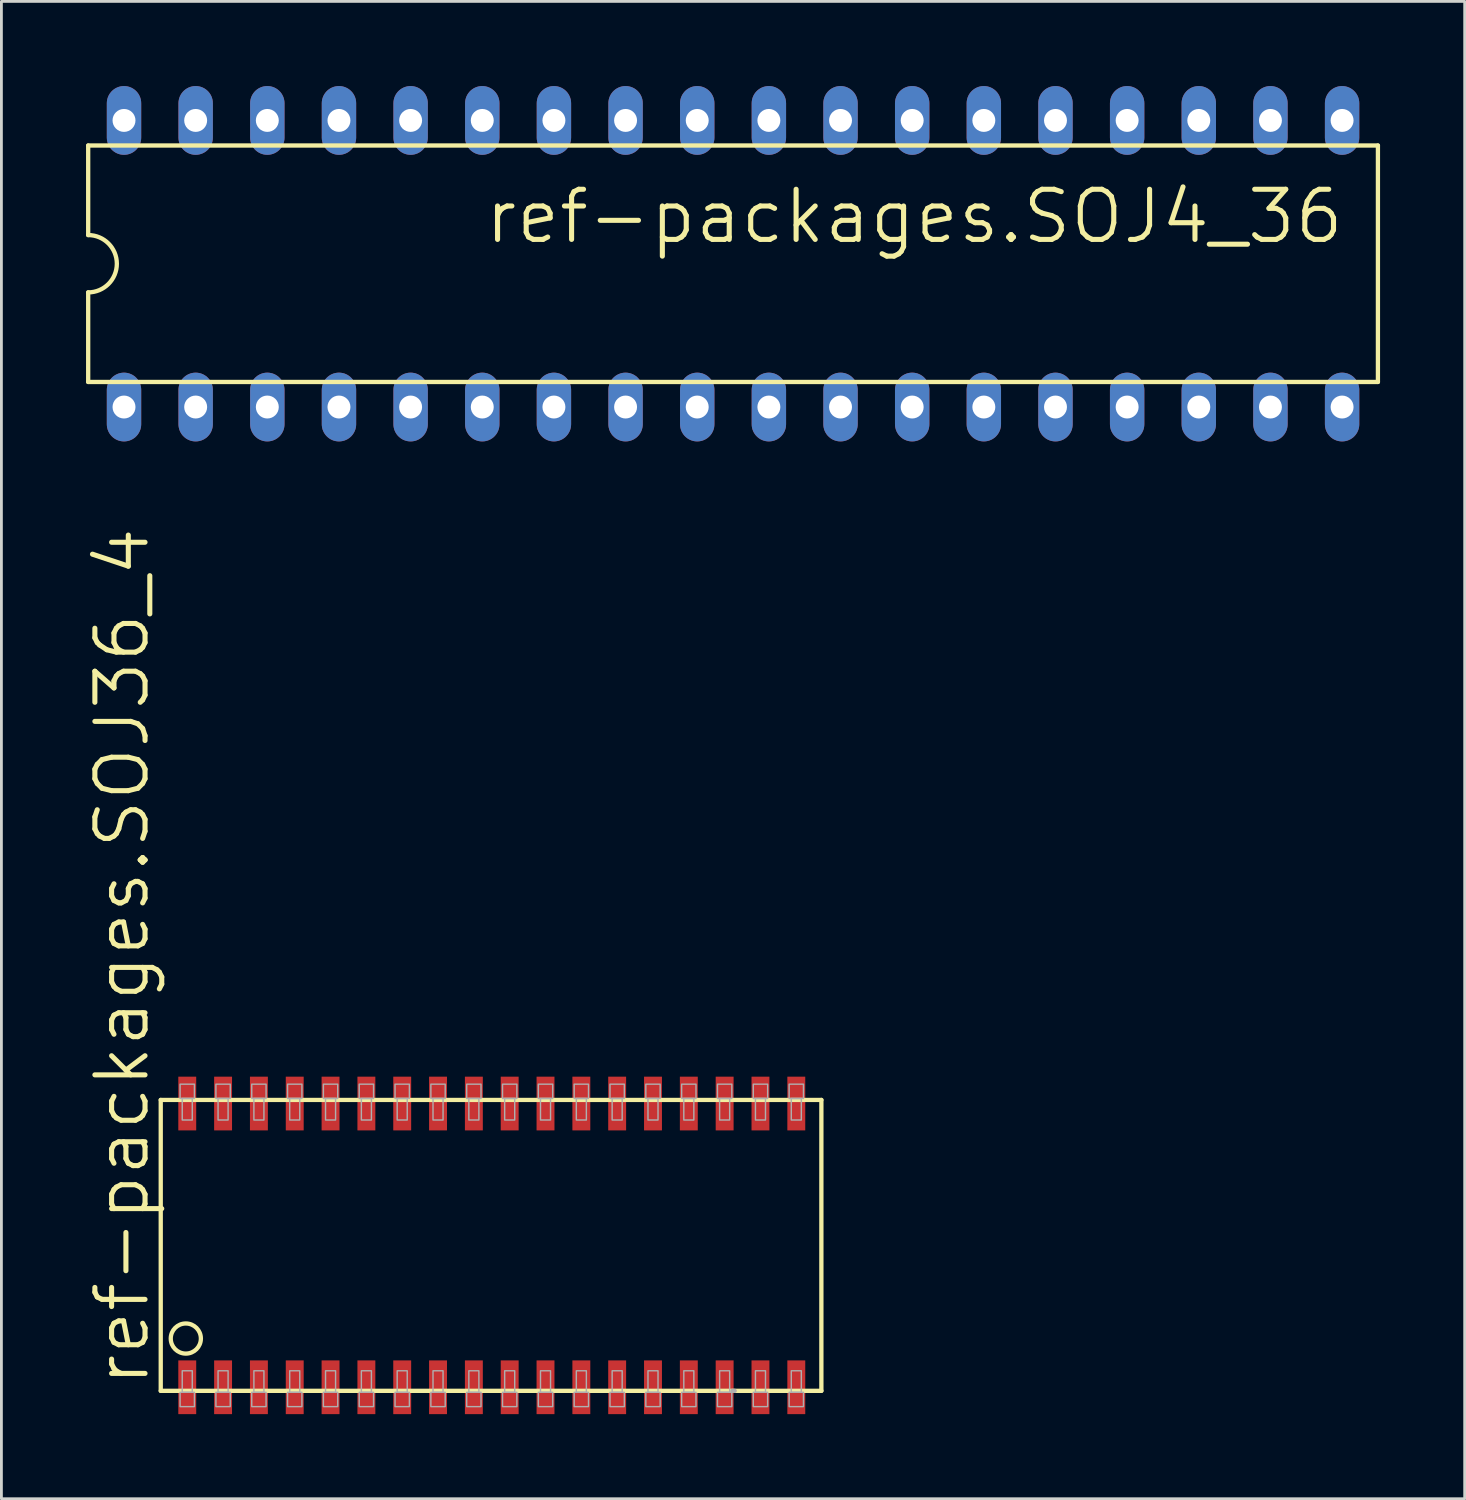
<source format=kicad_pcb>
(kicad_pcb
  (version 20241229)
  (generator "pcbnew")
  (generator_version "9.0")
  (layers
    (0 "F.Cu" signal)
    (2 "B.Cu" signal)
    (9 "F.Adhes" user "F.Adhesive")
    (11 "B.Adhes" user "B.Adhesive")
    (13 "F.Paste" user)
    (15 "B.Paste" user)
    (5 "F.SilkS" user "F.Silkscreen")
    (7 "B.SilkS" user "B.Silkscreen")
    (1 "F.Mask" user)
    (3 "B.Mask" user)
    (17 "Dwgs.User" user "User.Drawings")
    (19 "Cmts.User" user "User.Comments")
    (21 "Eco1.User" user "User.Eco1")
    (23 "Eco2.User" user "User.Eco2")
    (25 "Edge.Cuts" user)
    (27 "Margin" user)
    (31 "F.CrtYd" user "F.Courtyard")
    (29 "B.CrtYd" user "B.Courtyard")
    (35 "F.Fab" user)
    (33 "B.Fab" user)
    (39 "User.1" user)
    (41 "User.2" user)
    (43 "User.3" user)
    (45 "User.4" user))
  (footprint "ref-packages.SOJ36_4"
    (layer "F.Cu")
    (at 13.748 41.098)
    (property "Reference" "ref-packages.SOJ36_4" (at -11.43 5.08 90) (layer "F.SilkS") (effects (font (size 1.778 1.778) (thickness 0.18)) (justify left bottom)))
    (attr smd)
    (fp_line (start -11.1 -5.156) (end -11.1 5.156) (stroke (width 0.152) (type default)) (layer "F.SilkS"))
    (fp_line (start -11.1 -5.156) (end 12.319 -5.156) (stroke (width 0.152) (type default)) (layer "F.SilkS"))
    (fp_line (start -11.1 5.156) (end 12.319 5.156) (stroke (width 0.152) (type default)) (layer "F.SilkS"))
    (fp_line (start 12.319 5.156) (end 12.319 -5.156) (stroke (width 0.152) (type default)) (layer "F.SilkS"))
    (fp_circle (center -10.211 3.302) (end -9.677 3.302) (stroke (width 0.152) (type default)) (fill no) (layer "F.SilkS"))
    (fp_line (start 9.246 5.156) (end 9.169 5.156) (stroke (width 0.152) (type default)) (layer "F.Fab"))
    (fp_rect (start -10.414 -5.207) (end -9.906 -5.715) (stroke (width 0.05) (type default)) (fill no) (layer "F.Fab"))
    (fp_rect (start -10.414 5.715) (end -9.906 5.207) (stroke (width 0.05) (type default)) (fill no) (layer "F.Fab"))
    (fp_rect (start -10.338 -4.445) (end -9.982 -5.207) (stroke (width 0.05) (type default)) (fill no) (layer "F.Fab"))
    (fp_rect (start -10.338 5.207) (end -9.982 4.445) (stroke (width 0.05) (type default)) (fill no) (layer "F.Fab"))
    (fp_rect (start -9.144 -5.207) (end -8.636 -5.715) (stroke (width 0.05) (type default)) (fill no) (layer "F.Fab"))
    (fp_rect (start -9.144 5.715) (end -8.636 5.207) (stroke (width 0.05) (type default)) (fill no) (layer "F.Fab"))
    (fp_rect (start -9.068 -4.445) (end -8.712 -5.207) (stroke (width 0.05) (type default)) (fill no) (layer "F.Fab"))
    (fp_rect (start -9.068 5.207) (end -8.712 4.445) (stroke (width 0.05) (type default)) (fill no) (layer "F.Fab"))
    (fp_rect (start -7.874 -5.207) (end -7.366 -5.715) (stroke (width 0.05) (type default)) (fill no) (layer "F.Fab"))
    (fp_rect (start -7.874 5.715) (end -7.366 5.207) (stroke (width 0.05) (type default)) (fill no) (layer "F.Fab"))
    (fp_rect (start -7.798 -4.445) (end -7.442 -5.207) (stroke (width 0.05) (type default)) (fill no) (layer "F.Fab"))
    (fp_rect (start -7.798 5.207) (end -7.442 4.445) (stroke (width 0.05) (type default)) (fill no) (layer "F.Fab"))
    (fp_rect (start -6.604 -5.207) (end -6.096 -5.715) (stroke (width 0.05) (type default)) (fill no) (layer "F.Fab"))
    (fp_rect (start -6.604 5.715) (end -6.096 5.207) (stroke (width 0.05) (type default)) (fill no) (layer "F.Fab"))
    (fp_rect (start -6.528 -4.445) (end -6.172 -5.207) (stroke (width 0.05) (type default)) (fill no) (layer "F.Fab"))
    (fp_rect (start -6.528 5.207) (end -6.172 4.445) (stroke (width 0.05) (type default)) (fill no) (layer "F.Fab"))
    (fp_rect (start -5.334 -5.207) (end -4.826 -5.715) (stroke (width 0.05) (type default)) (fill no) (layer "F.Fab"))
    (fp_rect (start -5.334 5.715) (end -4.826 5.207) (stroke (width 0.05) (type default)) (fill no) (layer "F.Fab"))
    (fp_rect (start -5.258 -4.445) (end -4.902 -5.207) (stroke (width 0.05) (type default)) (fill no) (layer "F.Fab"))
    (fp_rect (start -5.258 5.207) (end -4.902 4.445) (stroke (width 0.05) (type default)) (fill no) (layer "F.Fab"))
    (fp_rect (start -4.064 -5.207) (end -3.556 -5.715) (stroke (width 0.05) (type default)) (fill no) (layer "F.Fab"))
    (fp_rect (start -4.064 5.715) (end -3.556 5.207) (stroke (width 0.05) (type default)) (fill no) (layer "F.Fab"))
    (fp_rect (start -3.988 -4.445) (end -3.632 -5.207) (stroke (width 0.05) (type default)) (fill no) (layer "F.Fab"))
    (fp_rect (start -3.988 5.207) (end -3.632 4.445) (stroke (width 0.05) (type default)) (fill no) (layer "F.Fab"))
    (fp_rect (start -2.794 -5.207) (end -2.286 -5.715) (stroke (width 0.05) (type default)) (fill no) (layer "F.Fab"))
    (fp_rect (start -2.794 5.715) (end -2.286 5.207) (stroke (width 0.05) (type default)) (fill no) (layer "F.Fab"))
    (fp_rect (start -2.718 -4.445) (end -2.362 -5.207) (stroke (width 0.05) (type default)) (fill no) (layer "F.Fab"))
    (fp_rect (start -2.718 5.207) (end -2.362 4.445) (stroke (width 0.05) (type default)) (fill no) (layer "F.Fab"))
    (fp_rect (start -1.524 -5.207) (end -1.016 -5.715) (stroke (width 0.05) (type default)) (fill no) (layer "F.Fab"))
    (fp_rect (start -1.524 5.715) (end -1.016 5.207) (stroke (width 0.05) (type default)) (fill no) (layer "F.Fab"))
    (fp_rect (start -1.448 -4.445) (end -1.092 -5.207) (stroke (width 0.05) (type default)) (fill no) (layer "F.Fab"))
    (fp_rect (start -1.448 5.207) (end -1.092 4.445) (stroke (width 0.05) (type default)) (fill no) (layer "F.Fab"))
    (fp_rect (start -0.254 -5.207) (end 0.254 -5.715) (stroke (width 0.05) (type default)) (fill no) (layer "F.Fab"))
    (fp_rect (start -0.254 5.715) (end 0.254 5.207) (stroke (width 0.05) (type default)) (fill no) (layer "F.Fab"))
    (fp_rect (start -0.178 -4.445) (end 0.178 -5.207) (stroke (width 0.05) (type default)) (fill no) (layer "F.Fab"))
    (fp_rect (start -0.178 5.207) (end 0.178 4.445) (stroke (width 0.05) (type default)) (fill no) (layer "F.Fab"))
    (fp_rect (start 1.016 -5.207) (end 1.524 -5.715) (stroke (width 0.05) (type default)) (fill no) (layer "F.Fab"))
    (fp_rect (start 1.016 5.715) (end 1.524 5.207) (stroke (width 0.05) (type default)) (fill no) (layer "F.Fab"))
    (fp_rect (start 1.092 -4.445) (end 1.448 -5.207) (stroke (width 0.05) (type default)) (fill no) (layer "F.Fab"))
    (fp_rect (start 1.092 5.207) (end 1.448 4.445) (stroke (width 0.05) (type default)) (fill no) (layer "F.Fab"))
    (fp_rect (start 2.286 -5.207) (end 2.794 -5.715) (stroke (width 0.05) (type default)) (fill no) (layer "F.Fab"))
    (fp_rect (start 2.286 5.715) (end 2.794 5.207) (stroke (width 0.05) (type default)) (fill no) (layer "F.Fab"))
    (fp_rect (start 2.362 -4.445) (end 2.718 -5.207) (stroke (width 0.05) (type default)) (fill no) (layer "F.Fab"))
    (fp_rect (start 2.362 5.207) (end 2.718 4.445) (stroke (width 0.05) (type default)) (fill no) (layer "F.Fab"))
    (fp_rect (start 3.556 -5.207) (end 4.064 -5.715) (stroke (width 0.05) (type default)) (fill no) (layer "F.Fab"))
    (fp_rect (start 3.556 5.715) (end 4.064 5.207) (stroke (width 0.05) (type default)) (fill no) (layer "F.Fab"))
    (fp_rect (start 3.632 -4.445) (end 3.988 -5.207) (stroke (width 0.05) (type default)) (fill no) (layer "F.Fab"))
    (fp_rect (start 3.632 5.207) (end 3.988 4.445) (stroke (width 0.05) (type default)) (fill no) (layer "F.Fab"))
    (fp_rect (start 4.826 -5.207) (end 5.334 -5.715) (stroke (width 0.05) (type default)) (fill no) (layer "F.Fab"))
    (fp_rect (start 4.826 5.715) (end 5.334 5.207) (stroke (width 0.05) (type default)) (fill no) (layer "F.Fab"))
    (fp_rect (start 4.902 -4.445) (end 5.258 -5.207) (stroke (width 0.05) (type default)) (fill no) (layer "F.Fab"))
    (fp_rect (start 4.902 5.207) (end 5.258 4.445) (stroke (width 0.05) (type default)) (fill no) (layer "F.Fab"))
    (fp_rect (start 6.096 -5.207) (end 6.604 -5.715) (stroke (width 0.05) (type default)) (fill no) (layer "F.Fab"))
    (fp_rect (start 6.096 5.715) (end 6.604 5.207) (stroke (width 0.05) (type default)) (fill no) (layer "F.Fab"))
    (fp_rect (start 6.172 -4.445) (end 6.528 -5.207) (stroke (width 0.05) (type default)) (fill no) (layer "F.Fab"))
    (fp_rect (start 6.172 5.207) (end 6.528 4.445) (stroke (width 0.05) (type default)) (fill no) (layer "F.Fab"))
    (fp_rect (start 7.366 -5.207) (end 7.874 -5.715) (stroke (width 0.05) (type default)) (fill no) (layer "F.Fab"))
    (fp_rect (start 7.366 5.715) (end 7.874 5.207) (stroke (width 0.05) (type default)) (fill no) (layer "F.Fab"))
    (fp_rect (start 7.442 -4.445) (end 7.798 -5.207) (stroke (width 0.05) (type default)) (fill no) (layer "F.Fab"))
    (fp_rect (start 7.442 5.207) (end 7.798 4.445) (stroke (width 0.05) (type default)) (fill no) (layer "F.Fab"))
    (fp_rect (start 8.636 -5.207) (end 9.144 -5.715) (stroke (width 0.05) (type default)) (fill no) (layer "F.Fab"))
    (fp_rect (start 8.636 5.715) (end 9.144 5.207) (stroke (width 0.05) (type default)) (fill no) (layer "F.Fab"))
    (fp_rect (start 8.712 -4.445) (end 9.068 -5.207) (stroke (width 0.05) (type default)) (fill no) (layer "F.Fab"))
    (fp_rect (start 8.712 5.207) (end 9.068 4.445) (stroke (width 0.05) (type default)) (fill no) (layer "F.Fab"))
    (fp_rect (start 9.906 -5.207) (end 10.414 -5.715) (stroke (width 0.05) (type default)) (fill no) (layer "F.Fab"))
    (fp_rect (start 9.906 5.715) (end 10.414 5.207) (stroke (width 0.05) (type default)) (fill no) (layer "F.Fab"))
    (fp_rect (start 9.982 -4.445) (end 10.338 -5.207) (stroke (width 0.05) (type default)) (fill no) (layer "F.Fab"))
    (fp_rect (start 9.982 5.207) (end 10.338 4.445) (stroke (width 0.05) (type default)) (fill no) (layer "F.Fab"))
    (fp_rect (start 11.176 -5.207) (end 11.684 -5.715) (stroke (width 0.05) (type default)) (fill no) (layer "F.Fab"))
    (fp_rect (start 11.176 5.715) (end 11.684 5.207) (stroke (width 0.05) (type default)) (fill no) (layer "F.Fab"))
    (fp_rect (start 11.252 -4.445) (end 11.608 -5.207) (stroke (width 0.05) (type default)) (fill no) (layer "F.Fab"))
    (fp_rect (start 11.252 5.207) (end 11.608 4.445) (stroke (width 0.05) (type default)) (fill no) (layer "F.Fab"))
    (pad "1" smd roundrect (at -10.16 5.029) (size 0.635 1.905) (layers "F.Cu" "F.Mask" "F.Paste") (roundrect_rratio 0.01))
    (pad "2" smd roundrect (at -8.89 5.029) (size 0.635 1.905) (layers "F.Cu" "F.Mask" "F.Paste") (roundrect_rratio 0.01))
    (pad "3" smd roundrect (at -7.62 5.029) (size 0.635 1.905) (layers "F.Cu" "F.Mask" "F.Paste") (roundrect_rratio 0.01))
    (pad "4" smd roundrect (at -6.35 5.029) (size 0.635 1.905) (layers "F.Cu" "F.Mask" "F.Paste") (roundrect_rratio 0.01))
    (pad "5" smd roundrect (at -5.08 5.029) (size 0.635 1.905) (layers "F.Cu" "F.Mask" "F.Paste") (roundrect_rratio 0.01))
    (pad "6" smd roundrect (at -3.81 5.029) (size 0.635 1.905) (layers "F.Cu" "F.Mask" "F.Paste") (roundrect_rratio 0.01))
    (pad "7" smd roundrect (at -2.54 5.029) (size 0.635 1.905) (layers "F.Cu" "F.Mask" "F.Paste") (roundrect_rratio 0.01))
    (pad "8" smd roundrect (at -1.27 5.029) (size 0.635 1.905) (layers "F.Cu" "F.Mask" "F.Paste") (roundrect_rratio 0.01))
    (pad "9" smd roundrect (at 0 5.029) (size 0.635 1.905) (layers "F.Cu" "F.Mask" "F.Paste") (roundrect_rratio 0.01))
    (pad "10" smd roundrect (at 1.27 5.029) (size 0.635 1.905) (layers "F.Cu" "F.Mask" "F.Paste") (roundrect_rratio 0.01))
    (pad "11" smd roundrect (at 2.54 5.029) (size 0.635 1.905) (layers "F.Cu" "F.Mask" "F.Paste") (roundrect_rratio 0.01))
    (pad "12" smd roundrect (at 3.81 5.029) (size 0.635 1.905) (layers "F.Cu" "F.Mask" "F.Paste") (roundrect_rratio 0.01))
    (pad "13" smd roundrect (at 5.08 5.029) (size 0.635 1.905) (layers "F.Cu" "F.Mask" "F.Paste") (roundrect_rratio 0.01))
    (pad "14" smd roundrect (at 6.35 5.029) (size 0.635 1.905) (layers "F.Cu" "F.Mask" "F.Paste") (roundrect_rratio 0.01))
    (pad "15" smd roundrect (at 7.62 5.029) (size 0.635 1.905) (layers "F.Cu" "F.Mask" "F.Paste") (roundrect_rratio 0.01))
    (pad "16" smd roundrect (at 8.89 5.029) (size 0.635 1.905) (layers "F.Cu" "F.Mask" "F.Paste") (roundrect_rratio 0.01))
    (pad "17" smd roundrect (at 10.16 5.029) (size 0.635 1.905) (layers "F.Cu" "F.Mask" "F.Paste") (roundrect_rratio 0.01))
    (pad "18" smd roundrect (at 11.43 5.029) (size 0.635 1.905) (layers "F.Cu" "F.Mask" "F.Paste") (roundrect_rratio 0.01))
    (pad "19" smd roundrect (at 11.43 -5.029) (size 0.635 1.905) (layers "F.Cu" "F.Mask" "F.Paste") (roundrect_rratio 0.01))
    (pad "20" smd roundrect (at 10.16 -5.029) (size 0.635 1.905) (layers "F.Cu" "F.Mask" "F.Paste") (roundrect_rratio 0.01))
    (pad "21" smd roundrect (at 8.89 -5.029) (size 0.635 1.905) (layers "F.Cu" "F.Mask" "F.Paste") (roundrect_rratio 0.01))
    (pad "22" smd roundrect (at 7.62 -5.029) (size 0.635 1.905) (layers "F.Cu" "F.Mask" "F.Paste") (roundrect_rratio 0.01))
    (pad "23" smd roundrect (at 6.35 -5.029) (size 0.635 1.905) (layers "F.Cu" "F.Mask" "F.Paste") (roundrect_rratio 0.01))
    (pad "24" smd roundrect (at 5.08 -5.029) (size 0.635 1.905) (layers "F.Cu" "F.Mask" "F.Paste") (roundrect_rratio 0.01))
    (pad "25" smd roundrect (at 3.81 -5.029) (size 0.635 1.905) (layers "F.Cu" "F.Mask" "F.Paste") (roundrect_rratio 0.01))
    (pad "26" smd roundrect (at 2.54 -5.029) (size 0.635 1.905) (layers "F.Cu" "F.Mask" "F.Paste") (roundrect_rratio 0.01))
    (pad "27" smd roundrect (at 1.27 -5.029) (size 0.635 1.905) (layers "F.Cu" "F.Mask" "F.Paste") (roundrect_rratio 0.01))
    (pad "28" smd roundrect (at 0 -5.029) (size 0.635 1.905) (layers "F.Cu" "F.Mask" "F.Paste") (roundrect_rratio 0.01))
    (pad "29" smd roundrect (at -1.27 -5.029) (size 0.635 1.905) (layers "F.Cu" "F.Mask" "F.Paste") (roundrect_rratio 0.01))
    (pad "30" smd roundrect (at -2.54 -5.029) (size 0.635 1.905) (layers "F.Cu" "F.Mask" "F.Paste") (roundrect_rratio 0.01))
    (pad "31" smd roundrect (at -3.81 -5.029) (size 0.635 1.905) (layers "F.Cu" "F.Mask" "F.Paste") (roundrect_rratio 0.01))
    (pad "32" smd roundrect (at -5.08 -5.029) (size 0.635 1.905) (layers "F.Cu" "F.Mask" "F.Paste") (roundrect_rratio 0.01))
    (pad "33" smd roundrect (at -6.35 -5.029) (size 0.635 1.905) (layers "F.Cu" "F.Mask" "F.Paste") (roundrect_rratio 0.01))
    (pad "34" smd roundrect (at -7.62 -5.029) (size 0.635 1.905) (layers "F.Cu" "F.Mask" "F.Paste") (roundrect_rratio 0.01))
    (pad "35" smd roundrect (at -8.89 -5.029) (size 0.635 1.905) (layers "F.Cu" "F.Mask" "F.Paste") (roundrect_rratio 0.01))
    (pad "36" smd roundrect (at -10.16 -5.029) (size 0.635 1.905) (layers "F.Cu" "F.Mask" "F.Paste") (roundrect_rratio 0.01)))
  (footprint "ref-packages.SOJ4_36"
    (layer "F.Cu")
    (at 22.936 6.299)
    (property "Reference" "ref-packages.SOJ4_36" (at -8.89 -0.635 0) (layer "F.SilkS") (effects (font (size 1.778 1.778) (thickness 0.18)) (justify left bottom)))
    (attr through_hole)
    (fp_line (start -22.86 -4.191) (end -22.86 -1.016) (stroke (width 0.152) (type default)) (layer "F.SilkS"))
    (fp_line (start -22.86 4.191) (end -22.86 1.016) (stroke (width 0.152) (type default)) (layer "F.SilkS"))
    (fp_line (start -22.86 4.191) (end 22.86 4.191) (stroke (width 0.152) (type default)) (layer "F.SilkS"))
    (fp_line (start 22.86 -4.191) (end -22.86 -4.191) (stroke (width 0.152) (type default)) (layer "F.SilkS"))
    (fp_line (start 22.86 -4.191) (end 22.86 4.191) (stroke (width 0.152) (type default)) (layer "F.SilkS"))
    (fp_arc (start -22.86 -1.016) (mid -21.844 0) (end -22.86 1.016) (stroke (width 0.1524) (type default)) (layer "F.SilkS"))
    (pad "1" thru_hole oval (at -21.59 5.08 90) (size 2.438 1.219) (drill 0.813) (layers "*.Cu" "*.Mask"))
    (pad "2" thru_hole oval (at -19.05 5.08 90) (size 2.438 1.219) (drill 0.813) (layers "*.Cu" "*.Mask"))
    (pad "3" thru_hole oval (at -16.51 5.08 90) (size 2.438 1.219) (drill 0.813) (layers "*.Cu" "*.Mask"))
    (pad "4" thru_hole oval (at -13.97 5.08 90) (size 2.438 1.219) (drill 0.813) (layers "*.Cu" "*.Mask"))
    (pad "5" thru_hole oval (at -11.43 5.08 90) (size 2.438 1.219) (drill 0.813) (layers "*.Cu" "*.Mask"))
    (pad "6" thru_hole oval (at -8.89 5.08 90) (size 2.438 1.219) (drill 0.813) (layers "*.Cu" "*.Mask"))
    (pad "7" thru_hole oval (at -6.35 5.08 90) (size 2.438 1.219) (drill 0.813) (layers "*.Cu" "*.Mask"))
    (pad "8" thru_hole oval (at -3.81 5.08 90) (size 2.438 1.219) (drill 0.813) (layers "*.Cu" "*.Mask"))
    (pad "9" thru_hole oval (at -1.27 5.08 90) (size 2.438 1.219) (drill 0.813) (layers "*.Cu" "*.Mask"))
    (pad "10" thru_hole oval (at 1.27 5.08 90) (size 2.438 1.219) (drill 0.813) (layers "*.Cu" "*.Mask"))
    (pad "11" thru_hole oval (at 3.81 5.08 90) (size 2.438 1.219) (drill 0.813) (layers "*.Cu" "*.Mask"))
    (pad "12" thru_hole oval (at 6.35 5.08 90) (size 2.438 1.219) (drill 0.813) (layers "*.Cu" "*.Mask"))
    (pad "13" thru_hole oval (at 8.89 5.08 90) (size 2.438 1.219) (drill 0.813) (layers "*.Cu" "*.Mask"))
    (pad "14" thru_hole oval (at 11.43 5.08 90) (size 2.438 1.219) (drill 0.813) (layers "*.Cu" "*.Mask"))
    (pad "15" thru_hole oval (at 13.97 5.08 90) (size 2.438 1.219) (drill 0.813) (layers "*.Cu" "*.Mask"))
    (pad "16" thru_hole oval (at 16.51 5.08 90) (size 2.438 1.219) (drill 0.813) (layers "*.Cu" "*.Mask"))
    (pad "17" thru_hole oval (at 19.05 5.08 90) (size 2.438 1.219) (drill 0.813) (layers "*.Cu" "*.Mask"))
    (pad "18" thru_hole oval (at 21.59 5.08 90) (size 2.438 1.219) (drill 0.813) (layers "*.Cu" "*.Mask"))
    (pad "19" thru_hole oval (at 21.59 -5.08 90) (size 2.438 1.219) (drill 0.813) (layers "*.Cu" "*.Mask"))
    (pad "20" thru_hole oval (at 19.05 -5.08 90) (size 2.438 1.219) (drill 0.813) (layers "*.Cu" "*.Mask"))
    (pad "21" thru_hole oval (at 16.51 -5.08 90) (size 2.438 1.219) (drill 0.813) (layers "*.Cu" "*.Mask"))
    (pad "22" thru_hole oval (at 13.97 -5.08 90) (size 2.438 1.219) (drill 0.813) (layers "*.Cu" "*.Mask"))
    (pad "23" thru_hole oval (at 11.43 -5.08 90) (size 2.438 1.219) (drill 0.813) (layers "*.Cu" "*.Mask"))
    (pad "24" thru_hole oval (at 8.89 -5.08 90) (size 2.438 1.219) (drill 0.813) (layers "*.Cu" "*.Mask"))
    (pad "25" thru_hole oval (at 6.35 -5.08 90) (size 2.438 1.219) (drill 0.813) (layers "*.Cu" "*.Mask"))
    (pad "26" thru_hole oval (at 3.81 -5.08 90) (size 2.438 1.219) (drill 0.813) (layers "*.Cu" "*.Mask"))
    (pad "27" thru_hole oval (at 1.27 -5.08 90) (size 2.438 1.219) (drill 0.813) (layers "*.Cu" "*.Mask"))
    (pad "28" thru_hole oval (at -1.27 -5.08 90) (size 2.438 1.219) (drill 0.813) (layers "*.Cu" "*.Mask"))
    (pad "29" thru_hole oval (at -3.81 -5.08 90) (size 2.438 1.219) (drill 0.813) (layers "*.Cu" "*.Mask"))
    (pad "30" thru_hole oval (at -6.35 -5.08 90) (size 2.438 1.219) (drill 0.813) (layers "*.Cu" "*.Mask"))
    (pad "31" thru_hole oval (at -8.89 -5.08 90) (size 2.438 1.219) (drill 0.813) (layers "*.Cu" "*.Mask"))
    (pad "32" thru_hole oval (at -11.43 -5.08 90) (size 2.438 1.219) (drill 0.813) (layers "*.Cu" "*.Mask"))
    (pad "33" thru_hole oval (at -13.97 -5.08 90) (size 2.438 1.219) (drill 0.813) (layers "*.Cu" "*.Mask"))
    (pad "34" thru_hole oval (at -16.51 -5.08 90) (size 2.438 1.219) (drill 0.813) (layers "*.Cu" "*.Mask"))
    (pad "35" thru_hole oval (at -19.05 -5.08 90) (size 2.438 1.219) (drill 0.813) (layers "*.Cu" "*.Mask"))
    (pad "36" thru_hole oval (at -21.59 -5.08 90) (size 2.438 1.219) (drill 0.813) (layers "*.Cu" "*.Mask")))
  (gr_rect
    (start -3 -3)
    (end 48.872 50.08)
    (stroke (width 0.1) (type default))
    (fill no)
    (layer "Edge.Cuts")))
</source>
